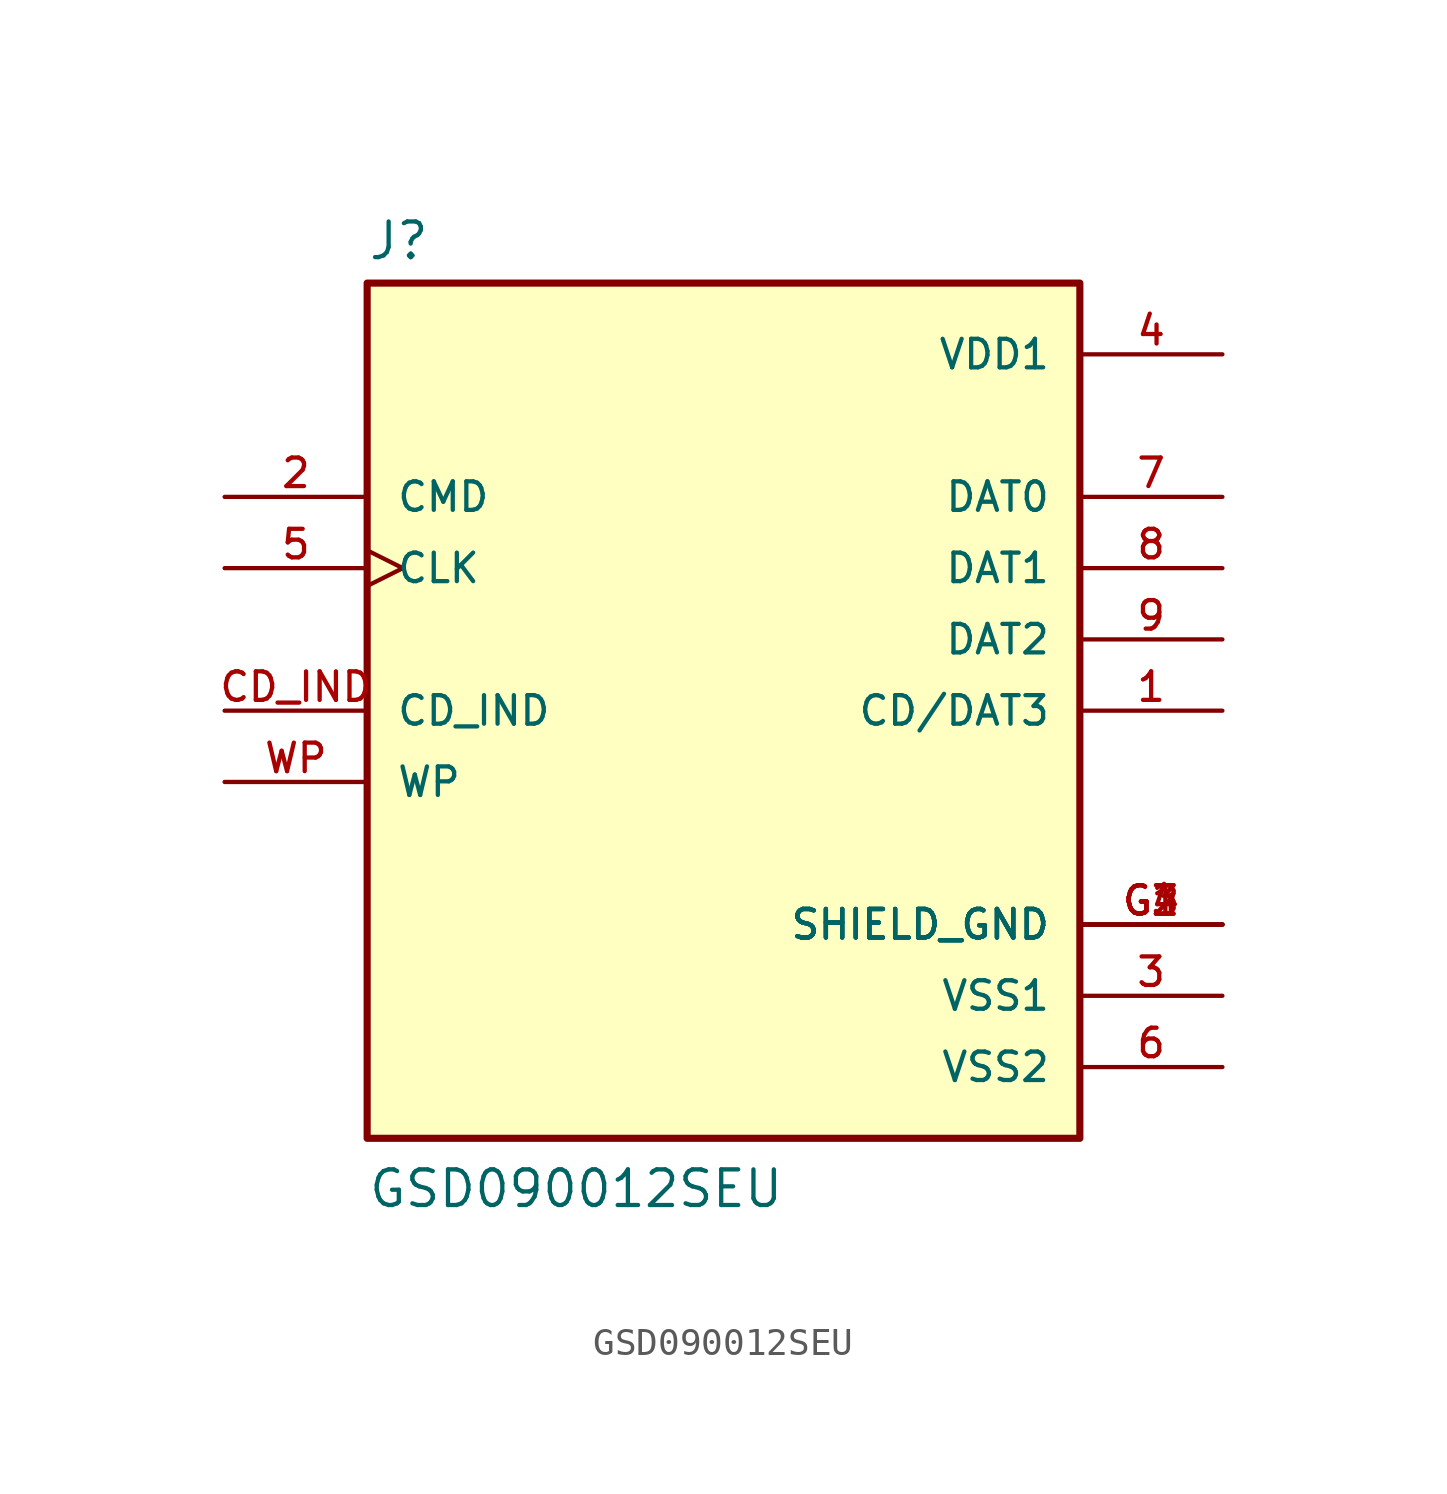
<source format=kicad_sym>
(kicad_symbol_lib
  (version 20211014)
  (generator kicad_symbol_editor)
  (symbol "GSD090012SEU"
    (pin_names
      (offset 1.016))
    (property "Reference" "J"
      (at -12.7 16.002 0)
      (effects (font (size 1.27 1.27)) (justify bottom left)))
    (property "Value" "GSD090012SEU"
      (at -12.7 -17.78 0)
      (effects (font (size 1.27 1.27)) (justify bottom left)))
    (symbol "GSD090012SEU_0_0"
      (rectangle (start -12.7 -15.24) (end 12.7 15.24) (stroke (width 0.254)) (fill (type background)))
      (pin bidirectional line (at 17.78 0.0 180.0) (length 5.08) (name "CD/DAT3" (effects (font (size 1.016 1.016)))) (number "1" (effects (font (size 1.016 1.016)))))
      (pin bidirectional line (at -17.78 7.62 0) (length 5.08) (name "CMD" (effects (font (size 1.016 1.016)))) (number "2" (effects (font (size 1.016 1.016)))))
      (pin power_in line (at 17.78 -10.16 180.0) (length 5.08) (name "VSS1" (effects (font (size 1.016 1.016)))) (number "3" (effects (font (size 1.016 1.016)))))
      (pin power_in line (at 17.78 12.7 180.0) (length 5.08) (name "VDD1" (effects (font (size 1.016 1.016)))) (number "4" (effects (font (size 1.016 1.016)))))
      (pin bidirectional clock (at -17.78 5.08 0) (length 5.08) (name "CLK" (effects (font (size 1.016 1.016)))) (number "5" (effects (font (size 1.016 1.016)))))
      (pin bidirectional line (at 17.78 7.62 180.0) (length 5.08) (name "DAT0" (effects (font (size 1.016 1.016)))) (number "7" (effects (font (size 1.016 1.016)))))
      (pin bidirectional line (at 17.78 5.08 180.0) (length 5.08) (name "DAT1" (effects (font (size 1.016 1.016)))) (number "8" (effects (font (size 1.016 1.016)))))
      (pin bidirectional line (at 17.78 2.54 180.0) (length 5.08) (name "DAT2" (effects (font (size 1.016 1.016)))) (number "9" (effects (font (size 1.016 1.016)))))
      (pin passive line (at -17.78 0.0 0) (length 5.08) (name "CD_IND" (effects (font (size 1.016 1.016)))) (number "CD_IND" (effects (font (size 1.016 1.016)))))
      (pin passive line (at -17.78 -2.54 0) (length 5.08) (name "WP" (effects (font (size 1.016 1.016)))) (number "WP" (effects (font (size 1.016 1.016)))))
      (pin power_in line (at 17.78 -7.62 180.0) (length 5.08) (name "SHIELD_GND" (effects (font (size 1.016 1.016)))) (number "G1" (effects (font (size 1.016 1.016)))))
      (pin power_in line (at 17.78 -7.62 180.0) (length 5.08) (name "SHIELD_GND" (effects (font (size 1.016 1.016)))) (number "G2" (effects (font (size 1.016 1.016)))))
      (pin power_in line (at 17.78 -7.62 180.0) (length 5.08) (name "SHIELD_GND" (effects (font (size 1.016 1.016)))) (number "G3" (effects (font (size 1.016 1.016)))))
      (pin power_in line (at 17.78 -7.62 180.0) (length 5.08) (name "SHIELD_GND" (effects (font (size 1.016 1.016)))) (number "G4" (effects (font (size 1.016 1.016)))))
      (pin power_in line (at 17.78 -12.7 180.0) (length 5.08) (name "VSS2" (effects (font (size 1.016 1.016)))) (number "6" (effects (font (size 1.016 1.016))))))))
</source>
